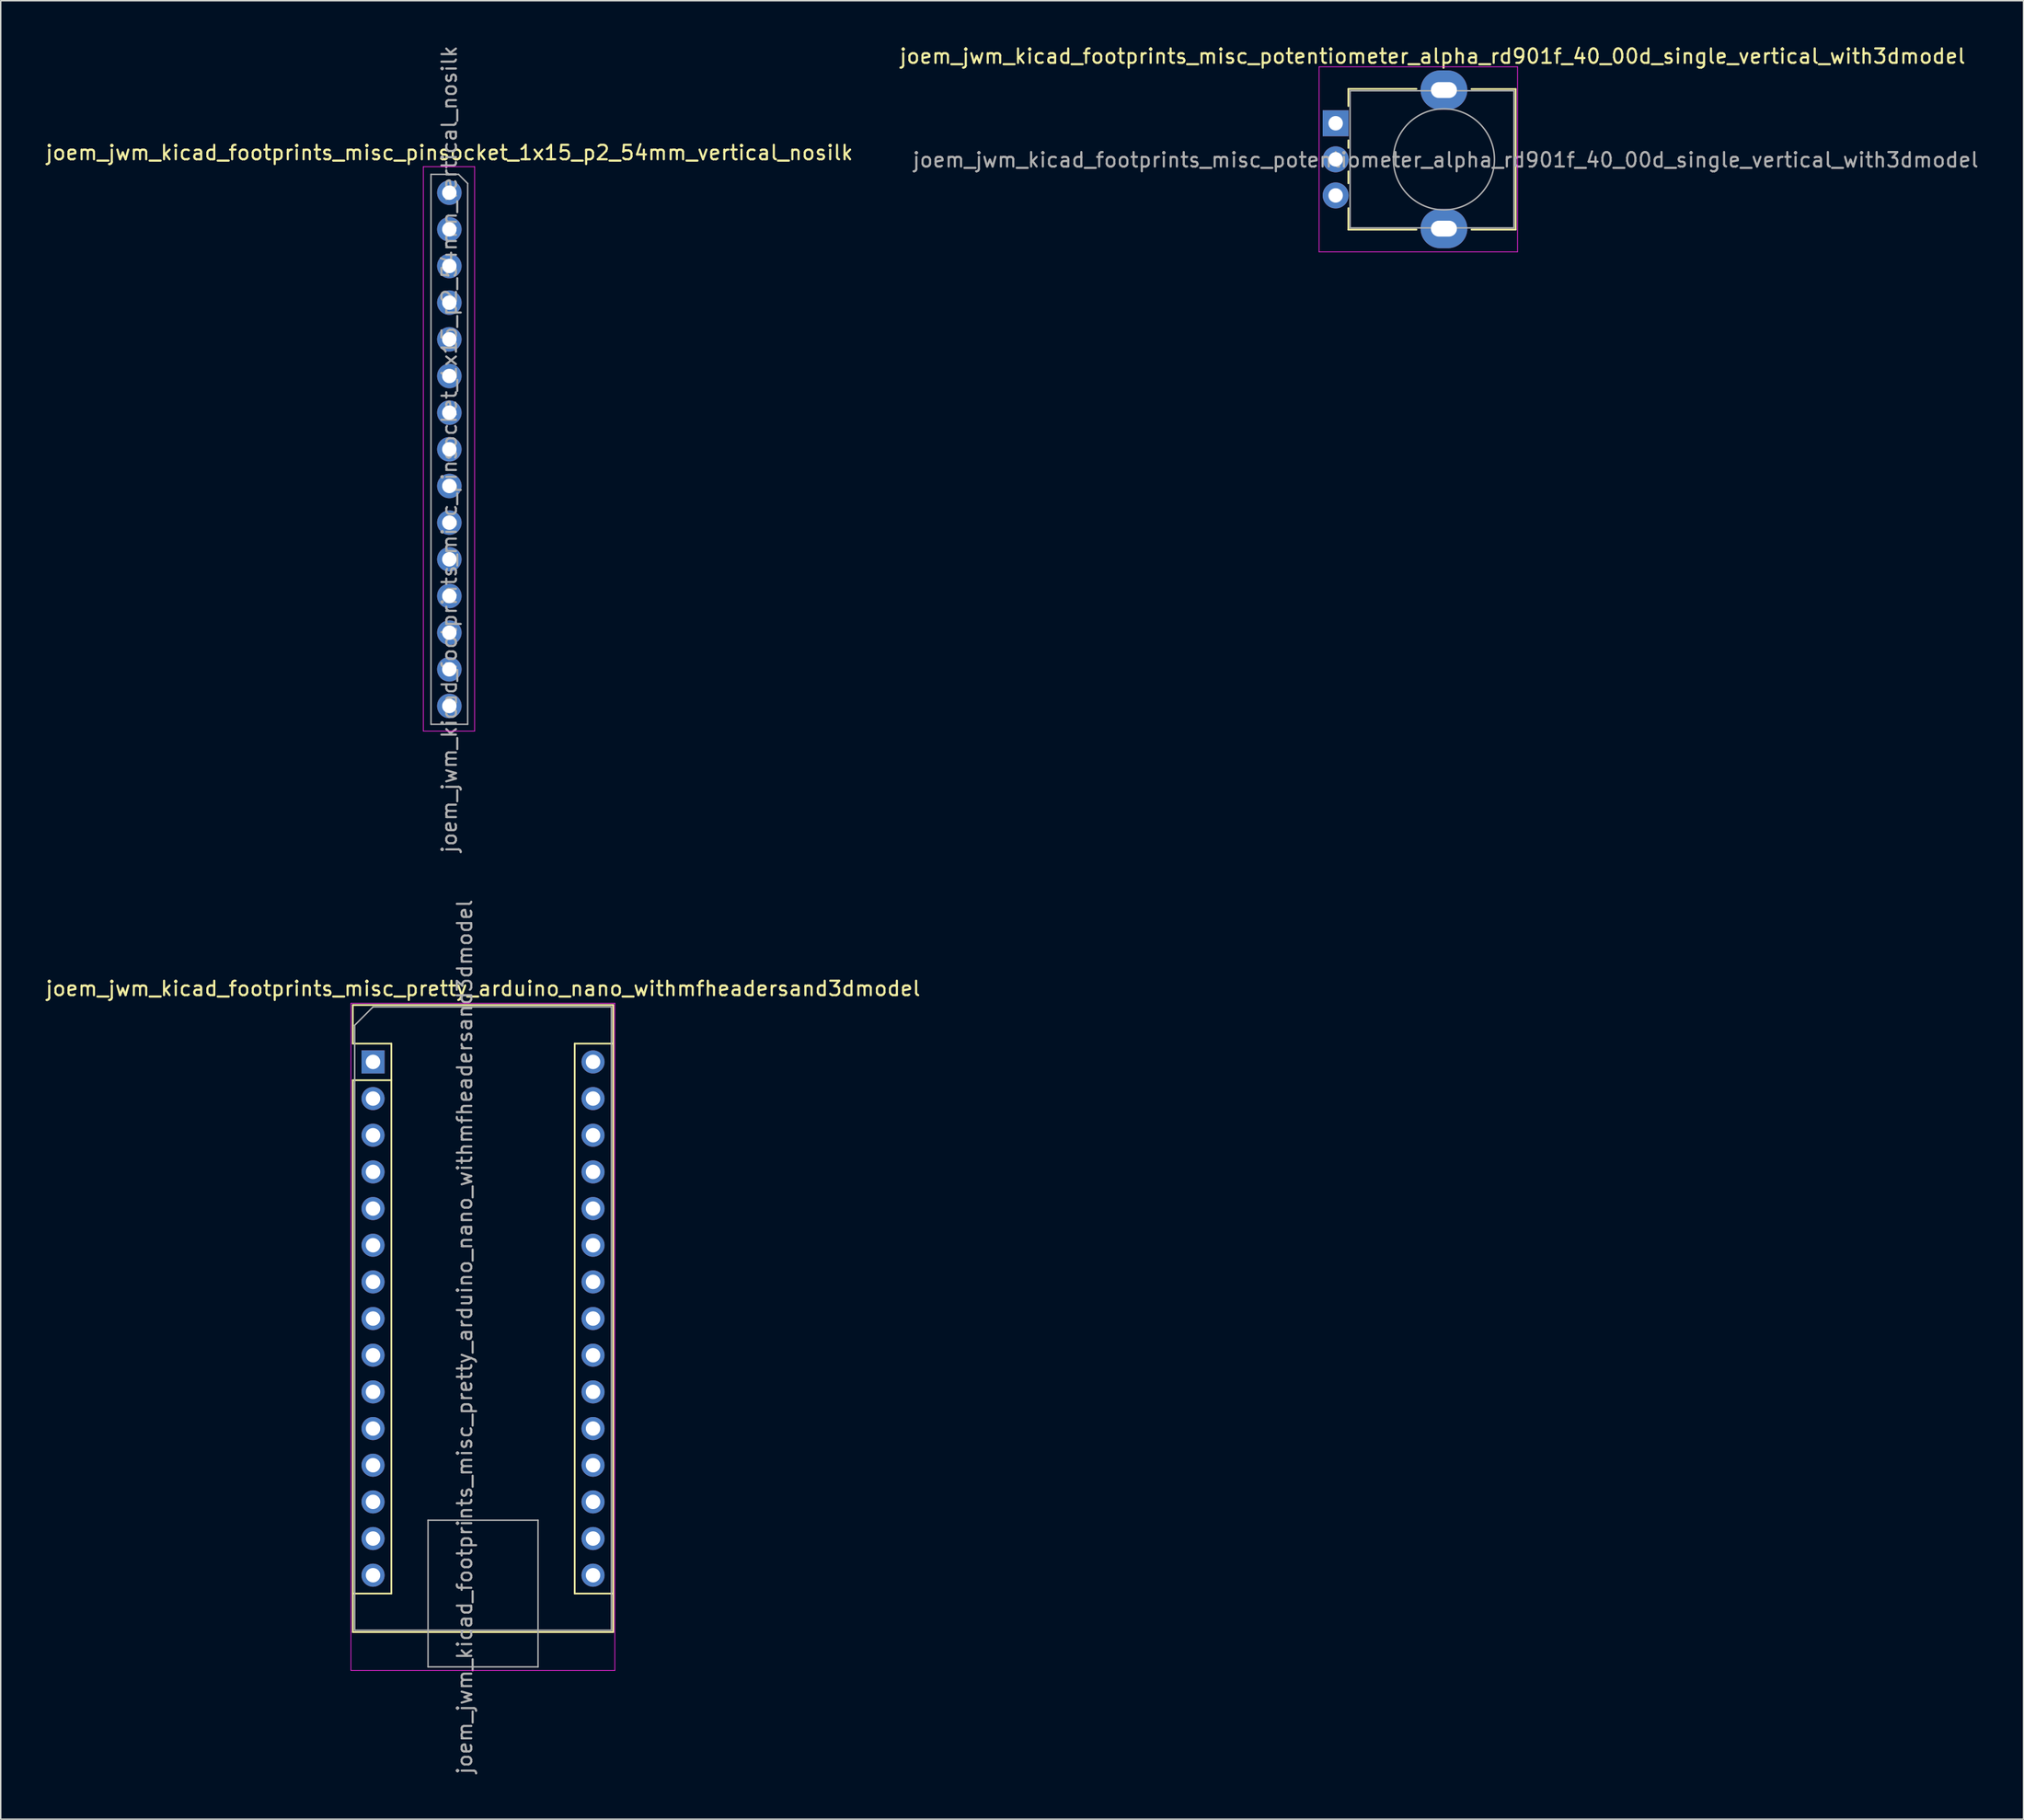
<source format=kicad_pcb>
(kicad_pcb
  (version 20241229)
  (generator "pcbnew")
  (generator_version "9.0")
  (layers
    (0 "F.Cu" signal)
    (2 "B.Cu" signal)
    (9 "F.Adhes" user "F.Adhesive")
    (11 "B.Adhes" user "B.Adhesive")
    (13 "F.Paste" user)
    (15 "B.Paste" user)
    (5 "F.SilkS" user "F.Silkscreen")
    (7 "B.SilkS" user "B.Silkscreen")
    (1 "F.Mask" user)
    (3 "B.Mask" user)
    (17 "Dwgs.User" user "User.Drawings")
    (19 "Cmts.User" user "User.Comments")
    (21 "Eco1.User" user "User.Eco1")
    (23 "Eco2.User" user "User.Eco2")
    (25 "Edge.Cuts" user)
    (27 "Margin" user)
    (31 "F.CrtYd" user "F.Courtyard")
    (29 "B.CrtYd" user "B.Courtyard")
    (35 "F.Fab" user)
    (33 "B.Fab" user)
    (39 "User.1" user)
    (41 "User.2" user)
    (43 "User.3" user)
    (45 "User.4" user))
  (footprint "joem_jwm_kicad_footprints_misc_potentiometer_alpha_rd901f_40_00d_single_vertical_with3dmodel"
    (layer "F.Cu")
    (at 89.475 5.488)
    (property "Reference" "joem_jwm_kicad_footprints_misc_potentiometer_alpha_rd901f_40_00d_single_vertical_with3dmodel" (at 6.71 -4.64 180) (layer "F.SilkS") (effects (font (size 1 1) (thickness 0.15))))
    (attr through_hole)
    (fp_line (start 0.88 -2.38) (end 5.6 -2.38) (stroke (width 0.12) (type solid)) (layer "F.SilkS"))
    (fp_line (start 0.88 -1.19) (end 0.88 -2.37) (stroke (width 0.12) (type solid)) (layer "F.SilkS"))
    (fp_line (start 0.88 1.71) (end 0.88 1.18) (stroke (width 0.12) (type solid)) (layer "F.SilkS"))
    (fp_line (start 0.88 4.16) (end 0.88 3.33) (stroke (width 0.12) (type solid)) (layer "F.SilkS"))
    (fp_line (start 0.88 7.37) (end 0.88 5.88) (stroke (width 0.12) (type solid)) (layer "F.SilkS"))
    (fp_line (start 0.88 7.37) (end 5.6 7.37) (stroke (width 0.12) (type solid)) (layer "F.SilkS"))
    (fp_line (start 9.41 -2.37) (end 12.47 -2.37) (stroke (width 0.12) (type solid)) (layer "F.SilkS"))
    (fp_line (start 9.41 7.37) (end 12.47 7.37) (stroke (width 0.12) (type solid)) (layer "F.SilkS"))
    (fp_line (start 12.47 7.37) (end 12.47 -2.37) (stroke (width 0.12) (type solid)) (layer "F.SilkS"))
    (fp_line (start -1.15 -3.91) (end -1.15 8.91) (stroke (width 0.05) (type solid)) (layer "F.CrtYd"))
    (fp_line (start -1.15 8.91) (end 12.6 8.91) (stroke (width 0.05) (type solid)) (layer "F.CrtYd"))
    (fp_line (start 12.6 -3.91) (end -1.15 -3.91) (stroke (width 0.05) (type solid)) (layer "F.CrtYd"))
    (fp_line (start 12.6 8.91) (end 12.6 -3.91) (stroke (width 0.05) (type solid)) (layer "F.CrtYd"))
    (fp_line (start 1 -2.25) (end 12.35 -2.25) (stroke (width 0.1) (type solid)) (layer "F.Fab"))
    (fp_line (start 1 7.25) (end 1 -2.25) (stroke (width 0.1) (type solid)) (layer "F.Fab"))
    (fp_line (start 1 7.25) (end 12.35 7.25) (stroke (width 0.1) (type solid)) (layer "F.Fab"))
    (fp_line (start 12.35 7.25) (end 12.35 -2.25) (stroke (width 0.1) (type solid)) (layer "F.Fab"))
    (fp_circle (center 7.5 2.5) (end 7.5 -1) (stroke (width 0.1) (type solid)) (fill no) (layer "F.Fab"))
    (fp_text user "${REFERENCE}" (at 7.62 2.54 0) (layer "F.Fab") (effects (font (size 1 1) (thickness 0.15))))
    (pad "" thru_hole oval (at 7.5 -2.3 90) (size 2.72 3.24) (drill oval 1.1 1.8) (layers "*.Cu" "*.Mask"))
    (pad "" thru_hole oval (at 7.5 7.3 90) (size 2.72 3.24) (drill oval 1.1 1.8) (layers "*.Cu" "*.Mask"))
    (pad "1" thru_hole rect (at 0 0 90) (size 1.8 1.8) (drill 1) (layers "*.Cu" "*.Mask"))
    (pad "2" thru_hole circle (at 0 2.5 90) (size 1.8 1.8) (drill 1) (layers "*.Cu" "*.Mask"))
    (pad "3" thru_hole circle (at 0 5 90) (size 1.8 1.8) (drill 1) (layers "*.Cu" "*.Mask")))
  (footprint "joem_jwm_kicad_footprints_misc_pinsocket_1x15_p2_54mm_vertical_nosilk"
    (layer "F.Cu")
    (at 28.077 10.297)
    (property "Reference" "joem_jwm_kicad_footprints_misc_pinsocket_1x15_p2_54mm_vertical_nosilk" (at 0 -2.77 0) (layer "F.SilkS") (effects (font (size 1 1) (thickness 0.15))))
    (attr through_hole)
    (fp_line (start -1.8 -1.8) (end 1.75 -1.8) (stroke (width 0.05) (type solid)) (layer "F.CrtYd"))
    (fp_line (start -1.8 37.3) (end -1.8 -1.8) (stroke (width 0.05) (type solid)) (layer "F.CrtYd"))
    (fp_line (start 1.75 -1.8) (end 1.75 37.3) (stroke (width 0.05) (type solid)) (layer "F.CrtYd"))
    (fp_line (start 1.75 37.3) (end -1.8 37.3) (stroke (width 0.05) (type solid)) (layer "F.CrtYd"))
    (fp_line (start -1.27 -1.27) (end 0.635 -1.27) (stroke (width 0.1) (type solid)) (layer "F.Fab"))
    (fp_line (start -1.27 36.83) (end -1.27 -1.27) (stroke (width 0.1) (type solid)) (layer "F.Fab"))
    (fp_line (start 0.635 -1.27) (end 1.27 -0.635) (stroke (width 0.1) (type solid)) (layer "F.Fab"))
    (fp_line (start 1.27 -0.635) (end 1.27 36.83) (stroke (width 0.1) (type solid)) (layer "F.Fab"))
    (fp_line (start 1.27 36.83) (end -1.27 36.83) (stroke (width 0.1) (type solid)) (layer "F.Fab"))
    (fp_text user "${REFERENCE}" (at 0 17.78 90) (layer "F.Fab") (effects (font (size 1 1) (thickness 0.15))))
    (pad "1" thru_hole oval (at 0 0) (size 1.7 1.7) (drill 1) (layers "*.Cu" "*.Mask"))
    (pad "2" thru_hole oval (at 0 2.54) (size 1.7 1.7) (drill 1) (layers "*.Cu" "*.Mask"))
    (pad "3" thru_hole oval (at 0 5.08) (size 1.7 1.7) (drill 1) (layers "*.Cu" "*.Mask"))
    (pad "4" thru_hole oval (at 0 7.62) (size 1.7 1.7) (drill 1) (layers "*.Cu" "*.Mask"))
    (pad "5" thru_hole oval (at 0 10.16) (size 1.7 1.7) (drill 1) (layers "*.Cu" "*.Mask"))
    (pad "6" thru_hole oval (at 0 12.7) (size 1.7 1.7) (drill 1) (layers "*.Cu" "*.Mask"))
    (pad "7" thru_hole oval (at 0 15.24) (size 1.7 1.7) (drill 1) (layers "*.Cu" "*.Mask"))
    (pad "8" thru_hole oval (at 0 17.78) (size 1.7 1.7) (drill 1) (layers "*.Cu" "*.Mask"))
    (pad "9" thru_hole oval (at 0 20.32) (size 1.7 1.7) (drill 1) (layers "*.Cu" "*.Mask"))
    (pad "10" thru_hole oval (at 0 22.86) (size 1.7 1.7) (drill 1) (layers "*.Cu" "*.Mask"))
    (pad "11" thru_hole oval (at 0 25.4) (size 1.7 1.7) (drill 1) (layers "*.Cu" "*.Mask"))
    (pad "12" thru_hole oval (at 0 27.94) (size 1.7 1.7) (drill 1) (layers "*.Cu" "*.Mask"))
    (pad "13" thru_hole oval (at 0 30.48) (size 1.7 1.7) (drill 1) (layers "*.Cu" "*.Mask"))
    (pad "14" thru_hole oval (at 0 33.02) (size 1.7 1.7) (drill 1) (layers "*.Cu" "*.Mask"))
    (pad "15" thru_hole oval (at 0 35.56) (size 1.7 1.7) (drill 1) (layers "*.Cu" "*.Mask")))
  (footprint "joem_jwm_kicad_footprints_misc_pretty_arduino_nano_withmfheadersand3dmodel"
    (layer "F.Cu")
    (at 22.791 70.515)
    (property "Reference" "joem_jwm_kicad_footprints_misc_pretty_arduino_nano_withmfheadersand3dmodel" (at 7.62 -5.08 0) (layer "F.SilkS") (effects (font (size 1 1) (thickness 0.15))))
    (attr through_hole)
    (fp_line (start -1.4 -3.94) (end -1.4 -1.27) (stroke (width 0.12) (type solid)) (layer "F.SilkS"))
    (fp_line (start -1.4 1.27) (end -1.4 39.5) (stroke (width 0.12) (type solid)) (layer "F.SilkS"))
    (fp_line (start -1.4 39.5) (end 16.64 39.5) (stroke (width 0.12) (type solid)) (layer "F.SilkS"))
    (fp_line (start 1.27 -1.27) (end -1.4 -1.27) (stroke (width 0.12) (type solid)) (layer "F.SilkS"))
    (fp_line (start 1.27 1.27) (end -1.4 1.27) (stroke (width 0.12) (type solid)) (layer "F.SilkS"))
    (fp_line (start 1.27 1.27) (end 1.27 -1.27) (stroke (width 0.12) (type solid)) (layer "F.SilkS"))
    (fp_line (start 1.27 1.27) (end 1.27 36.83) (stroke (width 0.12) (type solid)) (layer "F.SilkS"))
    (fp_line (start 1.27 36.83) (end -1.4 36.83) (stroke (width 0.12) (type solid)) (layer "F.SilkS"))
    (fp_line (start 13.97 -1.27) (end 13.97 36.83) (stroke (width 0.12) (type solid)) (layer "F.SilkS"))
    (fp_line (start 13.97 -1.27) (end 16.64 -1.27) (stroke (width 0.12) (type solid)) (layer "F.SilkS"))
    (fp_line (start 13.97 36.83) (end 16.64 36.83) (stroke (width 0.12) (type solid)) (layer "F.SilkS"))
    (fp_line (start 16.64 -3.94) (end -1.4 -3.94) (stroke (width 0.12) (type solid)) (layer "F.SilkS"))
    (fp_line (start 16.64 39.5) (end 16.64 -3.94) (stroke (width 0.12) (type solid)) (layer "F.SilkS"))
    (fp_line (start -1.53 -4.06) (end -1.53 42.16) (stroke (width 0.05) (type solid)) (layer "F.CrtYd"))
    (fp_line (start -1.53 -4.06) (end 16.75 -4.06) (stroke (width 0.05) (type solid)) (layer "F.CrtYd"))
    (fp_line (start 16.75 42.16) (end -1.53 42.16) (stroke (width 0.05) (type solid)) (layer "F.CrtYd"))
    (fp_line (start 16.75 42.16) (end 16.75 -4.06) (stroke (width 0.05) (type solid)) (layer "F.CrtYd"))
    (fp_line (start -1.27 -2.54) (end 0 -3.81) (stroke (width 0.1) (type solid)) (layer "F.Fab"))
    (fp_line (start -1.27 39.37) (end -1.27 -2.54) (stroke (width 0.1) (type solid)) (layer "F.Fab"))
    (fp_line (start 0 -3.81) (end 16.51 -3.81) (stroke (width 0.1) (type solid)) (layer "F.Fab"))
    (fp_line (start 3.81 31.75) (end 11.43 31.75) (stroke (width 0.1) (type solid)) (layer "F.Fab"))
    (fp_line (start 3.81 41.91) (end 3.81 31.75) (stroke (width 0.1) (type solid)) (layer "F.Fab"))
    (fp_line (start 11.43 31.75) (end 11.43 41.91) (stroke (width 0.1) (type solid)) (layer "F.Fab"))
    (fp_line (start 11.43 41.91) (end 3.81 41.91) (stroke (width 0.1) (type solid)) (layer "F.Fab"))
    (fp_line (start 16.51 -3.81) (end 16.51 39.37) (stroke (width 0.1) (type solid)) (layer "F.Fab"))
    (fp_line (start 16.51 39.37) (end -1.27 39.37) (stroke (width 0.1) (type solid)) (layer "F.Fab"))
    (fp_text user "${REFERENCE}" (at 6.35 19.05 90) (layer "F.Fab") (effects (font (size 1 1) (thickness 0.15))))
    (pad "1" thru_hole rect (at 0 0) (size 1.6 1.6) (drill 1) (layers "*.Cu" "*.Mask"))
    (pad "2" thru_hole oval (at 0 2.54) (size 1.6 1.6) (drill 1) (layers "*.Cu" "*.Mask"))
    (pad "3" thru_hole oval (at 0 5.08) (size 1.6 1.6) (drill 1) (layers "*.Cu" "*.Mask"))
    (pad "4" thru_hole oval (at 0 7.62) (size 1.6 1.6) (drill 1) (layers "*.Cu" "*.Mask"))
    (pad "5" thru_hole oval (at 0 10.16) (size 1.6 1.6) (drill 1) (layers "*.Cu" "*.Mask"))
    (pad "6" thru_hole oval (at 0 12.7) (size 1.6 1.6) (drill 1) (layers "*.Cu" "*.Mask"))
    (pad "7" thru_hole oval (at 0 15.24) (size 1.6 1.6) (drill 1) (layers "*.Cu" "*.Mask"))
    (pad "8" thru_hole oval (at 0 17.78) (size 1.6 1.6) (drill 1) (layers "*.Cu" "*.Mask"))
    (pad "9" thru_hole oval (at 0 20.32) (size 1.6 1.6) (drill 1) (layers "*.Cu" "*.Mask"))
    (pad "10" thru_hole oval (at 0 22.86) (size 1.6 1.6) (drill 1) (layers "*.Cu" "*.Mask"))
    (pad "11" thru_hole oval (at 0 25.4) (size 1.6 1.6) (drill 1) (layers "*.Cu" "*.Mask"))
    (pad "12" thru_hole oval (at 0 27.94) (size 1.6 1.6) (drill 1) (layers "*.Cu" "*.Mask"))
    (pad "13" thru_hole oval (at 0 30.48) (size 1.6 1.6) (drill 1) (layers "*.Cu" "*.Mask"))
    (pad "14" thru_hole oval (at 0 33.02) (size 1.6 1.6) (drill 1) (layers "*.Cu" "*.Mask"))
    (pad "15" thru_hole oval (at 0 35.56) (size 1.6 1.6) (drill 1) (layers "*.Cu" "*.Mask"))
    (pad "16" thru_hole oval (at 15.24 35.56) (size 1.6 1.6) (drill 1) (layers "*.Cu" "*.Mask"))
    (pad "17" thru_hole oval (at 15.24 33.02) (size 1.6 1.6) (drill 1) (layers "*.Cu" "*.Mask"))
    (pad "18" thru_hole oval (at 15.24 30.48) (size 1.6 1.6) (drill 1) (layers "*.Cu" "*.Mask"))
    (pad "19" thru_hole oval (at 15.24 27.94) (size 1.6 1.6) (drill 1) (layers "*.Cu" "*.Mask"))
    (pad "20" thru_hole oval (at 15.24 25.4) (size 1.6 1.6) (drill 1) (layers "*.Cu" "*.Mask"))
    (pad "21" thru_hole oval (at 15.24 22.86) (size 1.6 1.6) (drill 1) (layers "*.Cu" "*.Mask"))
    (pad "22" thru_hole oval (at 15.24 20.32) (size 1.6 1.6) (drill 1) (layers "*.Cu" "*.Mask"))
    (pad "23" thru_hole oval (at 15.24 17.78) (size 1.6 1.6) (drill 1) (layers "*.Cu" "*.Mask"))
    (pad "24" thru_hole oval (at 15.24 15.24) (size 1.6 1.6) (drill 1) (layers "*.Cu" "*.Mask"))
    (pad "25" thru_hole oval (at 15.24 12.7) (size 1.6 1.6) (drill 1) (layers "*.Cu" "*.Mask"))
    (pad "26" thru_hole oval (at 15.24 10.16) (size 1.6 1.6) (drill 1) (layers "*.Cu" "*.Mask"))
    (pad "27" thru_hole oval (at 15.24 7.62) (size 1.6 1.6) (drill 1) (layers "*.Cu" "*.Mask"))
    (pad "28" thru_hole oval (at 15.24 5.08) (size 1.6 1.6) (drill 1) (layers "*.Cu" "*.Mask"))
    (pad "29" thru_hole oval (at 15.24 2.54) (size 1.6 1.6) (drill 1) (layers "*.Cu" "*.Mask"))
    (pad "30" thru_hole oval (at 15.24 0) (size 1.6 1.6) (drill 1) (layers "*.Cu" "*.Mask")))
  (gr_rect
    (start -3 -3)
    (end 137.124 122.976)
    (stroke (width 0.1) (type default))
    (fill no)
    (layer "Edge.Cuts")))
</source>
